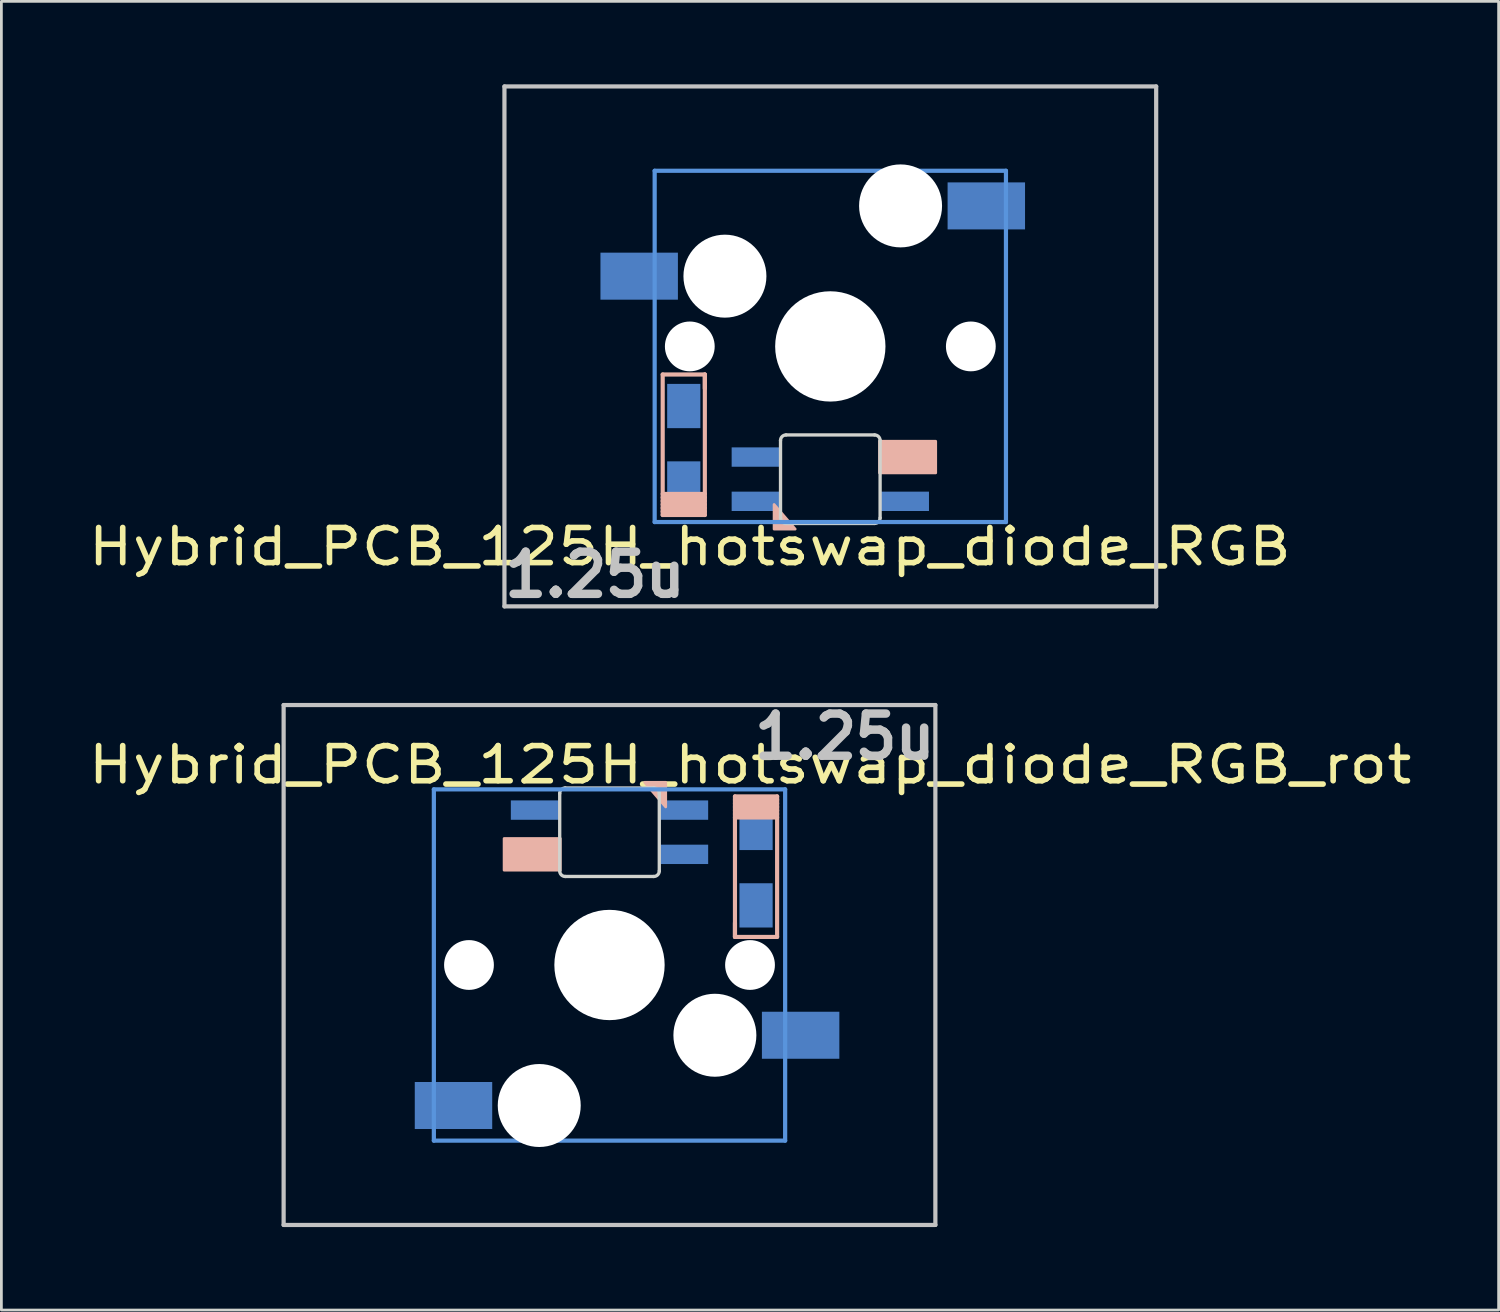
<source format=kicad_pcb>
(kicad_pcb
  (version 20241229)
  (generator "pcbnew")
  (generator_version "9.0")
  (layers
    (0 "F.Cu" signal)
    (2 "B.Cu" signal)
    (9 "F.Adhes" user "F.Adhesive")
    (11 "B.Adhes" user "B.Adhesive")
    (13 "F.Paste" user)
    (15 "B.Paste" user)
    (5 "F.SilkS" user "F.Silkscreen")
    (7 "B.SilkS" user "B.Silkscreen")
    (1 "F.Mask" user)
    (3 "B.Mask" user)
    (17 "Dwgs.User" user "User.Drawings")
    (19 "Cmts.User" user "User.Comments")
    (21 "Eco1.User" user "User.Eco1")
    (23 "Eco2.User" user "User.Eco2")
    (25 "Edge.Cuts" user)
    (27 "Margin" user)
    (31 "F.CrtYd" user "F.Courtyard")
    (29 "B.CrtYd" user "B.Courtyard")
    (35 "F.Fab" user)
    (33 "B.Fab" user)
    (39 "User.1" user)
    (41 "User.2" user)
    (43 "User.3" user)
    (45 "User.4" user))
  (footprint "Hybrid_PCB_125H_hotswap_diode_RGB"
    (layer "F.Cu")
    (at 26.968 9.474)
    (property "Reference" "Hybrid_PCB_125H_hotswap_diode_RGB" (at -5.08 7.239 0) (layer "F.SilkS") (effects (font (size 1.27 1.524) (thickness 0.203))))
    (attr smd)
    (fp_line (start -6.06 1.015) (end -4.536 1.015) (stroke (width 0.15) (type solid)) (layer "B.SilkS"))
    (fp_line (start -6.06 5.587) (end -4.536 5.587) (stroke (width 0.15) (type solid)) (layer "B.SilkS"))
    (fp_line (start -6.06 5.841) (end -4.536 5.841) (stroke (width 0.15) (type solid)) (layer "B.SilkS"))
    (fp_line (start -6.06 6.095) (end -6.06 1.015) (stroke (width 0.15) (type solid)) (layer "B.SilkS"))
    (fp_line (start -4.536 1.015) (end -4.536 1.523) (stroke (width 0.15) (type solid)) (layer "B.SilkS"))
    (fp_line (start -4.536 1.015) (end -4.536 6.095) (stroke (width 0.15) (type solid)) (layer "B.SilkS"))
    (fp_line (start -4.536 5.333) (end -6.06 5.333) (stroke (width 0.15) (type solid)) (layer "B.SilkS"))
    (fp_line (start -4.536 5.46) (end -6.06 5.46) (stroke (width 0.15) (type solid)) (layer "B.SilkS"))
    (fp_line (start -4.536 5.714) (end -6.06 5.714) (stroke (width 0.15) (type solid)) (layer "B.SilkS"))
    (fp_line (start -4.536 5.968) (end -6.06 5.968) (stroke (width 0.15) (type solid)) (layer "B.SilkS"))
    (fp_line (start -4.536 6.095) (end -6.06 6.095) (stroke (width 0.15) (type solid)) (layer "B.SilkS"))
    (fp_poly (pts (xy -1.27 6.604) (xy -2.032 5.715) (xy -2.032 6.604)) (stroke (width 0.1) (type solid)) (fill yes) (layer "B.SilkS"))
    (fp_poly (pts (xy 1.778 4.572) (xy 3.81 4.572) (xy 3.81 3.429) (xy 1.778 3.429)) (stroke (width 0.1) (type solid)) (fill yes) (layer "B.SilkS"))
    (fp_line (start -11.781 -9.398) (end 11.781 -9.398) (stroke (width 0.152) (type solid)) (layer "Dwgs.User"))
    (fp_line (start -11.781 9.398) (end -11.781 -9.398) (stroke (width 0.152) (type solid)) (layer "Dwgs.User"))
    (fp_line (start 11.781 -9.398) (end 11.781 9.398) (stroke (width 0.152) (type solid)) (layer "Dwgs.User"))
    (fp_line (start 11.781 9.398) (end -11.781 9.398) (stroke (width 0.152) (type solid)) (layer "Dwgs.User"))
    (fp_line (start -6.35 -6.35) (end 6.35 -6.35) (stroke (width 0.152) (type solid)) (layer "Cmts.User"))
    (fp_line (start -6.35 6.35) (end -6.35 -6.35) (stroke (width 0.152) (type solid)) (layer "Cmts.User"))
    (fp_line (start 6.35 -6.35) (end 6.35 6.35) (stroke (width 0.152) (type solid)) (layer "Cmts.User"))
    (fp_line (start 6.35 6.35) (end -6.35 6.35) (stroke (width 0.152) (type solid)) (layer "Cmts.User"))
    (fp_line (start -6.985 -6.985) (end 6.985 -6.985) (stroke (width 0.152) (type solid)) (layer "Eco2.User"))
    (fp_line (start -6.985 6.985) (end -6.985 -6.985) (stroke (width 0.152) (type solid)) (layer "Eco2.User"))
    (fp_line (start 6.985 -6.985) (end 6.985 6.985) (stroke (width 0.152) (type solid)) (layer "Eco2.User"))
    (fp_line (start 6.985 6.985) (end -6.985 6.985) (stroke (width 0.152) (type solid)) (layer "Eco2.User"))
    (fp_line (start -1.8 3.4) (end -1.8 6.2) (stroke (width 0.12) (type solid)) (layer "Edge.Cuts"))
    (fp_line (start -1.6 3.2) (end 1.6 3.2) (stroke (width 0.12) (type solid)) (layer "Edge.Cuts"))
    (fp_line (start -1.6 6.4) (end 1.6 6.4) (stroke (width 0.12) (type solid)) (layer "Edge.Cuts"))
    (fp_line (start 1.8 3.4) (end 1.8 6.2) (stroke (width 0.12) (type solid)) (layer "Edge.Cuts"))
    (fp_arc (start -1.8 3.4) (mid -1.741421 3.258579) (end -1.6 3.2) (stroke (width 0.12) (type solid)) (layer "Edge.Cuts"))
    (fp_arc (start -1.6 6.4) (mid -1.741421 6.341421) (end -1.8 6.2) (stroke (width 0.12) (type solid)) (layer "Edge.Cuts"))
    (fp_arc (start 1.6 3.2) (mid 1.741421 3.258579) (end 1.8 3.4) (stroke (width 0.12) (type solid)) (layer "Edge.Cuts"))
    (fp_arc (start 1.8 6.2) (mid 1.741421 6.341421) (end 1.6 6.4) (stroke (width 0.12) (type solid)) (layer "Edge.Cuts"))
    (fp_text user "1.25u" (at -8.509 8.255 0) (layer "Dwgs.User") (effects (font (size 1.524 1.524) (thickness 0.305))))
    (pad "" np_thru_hole circle (at -5.08 0) (size 1.8 1.8) (drill 1.8) (layers "*.Cu" "*.Mask"))
    (pad "" np_thru_hole circle (at -3.81 -2.54) (size 3 3) (drill 3) (layers "*.Cu" "*.Mask"))
    (pad "" np_thru_hole circle (at 0 0 90) (size 3.988 3.988) (drill 3.988) (layers "*.Cu" "*.Mask"))
    (pad "" np_thru_hole circle (at 2.54 -5.08) (size 3 3) (drill 3) (layers "*.Cu" "*.Mask"))
    (pad "" np_thru_hole circle (at 5.08 0) (size 1.8 1.8) (drill 1.8) (layers "*.Cu" "*.Mask"))
    (pad "1" smd rect (at 5.64 -5.08) (size 2.8 1.7) (layers "B.Cu" "B.Mask" "B.Paste"))
    (pad "2" smd rect (at -6.91 -2.54) (size 2.8 1.7) (layers "B.Cu" "B.Mask" "B.Paste"))
    (pad "3" smd rect (at -5.298 4.955 270) (size 1.6 1.2) (layers "B.Cu" "B.Mask" "B.Paste"))
    (pad "4" smd rect (at -5.298 2.155 270) (size 1.6 1.2) (layers "B.Cu" "B.Mask" "B.Paste"))
    (pad "5" smd rect (at 2.667 4) (size 1.8 0.7) (layers "B.Cu" "B.Mask" "B.Paste"))
    (pad "6" smd rect (at -2.667 4) (size 1.8 0.7) (layers "B.Cu" "B.Mask" "B.Paste"))
    (pad "7" smd rect (at -2.667 5.6) (size 1.8 0.7) (layers "B.Cu" "B.Mask" "B.Paste"))
    (pad "8" smd rect (at 2.667 5.6) (size 1.8 0.7) (layers "B.Cu" "B.Mask" "B.Paste")))
  (footprint "Hybrid_PCB_125H_hotswap_diode_RGB_rot"
    (layer "F.Cu")
    (at 18.985 31.837)
    (property "Reference" "Hybrid_PCB_125H_hotswap_diode_RGB_rot" (at 5.08 -7.239 180) (layer "F.SilkS") (effects (font (size 1.27 1.524) (thickness 0.203))))
    (attr smd)
    (fp_line (start 4.536 -6.095) (end 6.06 -6.095) (stroke (width 0.15) (type solid)) (layer "B.SilkS"))
    (fp_line (start 4.536 -5.968) (end 6.06 -5.968) (stroke (width 0.15) (type solid)) (layer "B.SilkS"))
    (fp_line (start 4.536 -5.714) (end 6.06 -5.714) (stroke (width 0.15) (type solid)) (layer "B.SilkS"))
    (fp_line (start 4.536 -5.46) (end 6.06 -5.46) (stroke (width 0.15) (type solid)) (layer "B.SilkS"))
    (fp_line (start 4.536 -5.333) (end 6.06 -5.333) (stroke (width 0.15) (type solid)) (layer "B.SilkS"))
    (fp_line (start 4.536 -1.015) (end 4.536 -6.095) (stroke (width 0.15) (type solid)) (layer "B.SilkS"))
    (fp_line (start 4.536 -1.015) (end 4.536 -1.523) (stroke (width 0.15) (type solid)) (layer "B.SilkS"))
    (fp_line (start 6.06 -6.095) (end 6.06 -1.015) (stroke (width 0.15) (type solid)) (layer "B.SilkS"))
    (fp_line (start 6.06 -5.841) (end 4.536 -5.841) (stroke (width 0.15) (type solid)) (layer "B.SilkS"))
    (fp_line (start 6.06 -5.587) (end 4.536 -5.587) (stroke (width 0.15) (type solid)) (layer "B.SilkS"))
    (fp_line (start 6.06 -1.015) (end 4.536 -1.015) (stroke (width 0.15) (type solid)) (layer "B.SilkS"))
    (fp_poly (pts (xy 1.27 -6.604) (xy 2.032 -5.715) (xy 2.032 -6.604)) (stroke (width 0.1) (type solid)) (fill yes) (layer "B.SilkS"))
    (fp_poly (pts (xy -1.778 -4.572) (xy -3.81 -4.572) (xy -3.81 -3.429) (xy -1.778 -3.429)) (stroke (width 0.1) (type solid)) (fill yes) (layer "B.SilkS"))
    (fp_line (start -11.781 -9.398) (end 11.781 -9.398) (stroke (width 0.152) (type solid)) (layer "Dwgs.User"))
    (fp_line (start -11.781 9.398) (end -11.781 -9.398) (stroke (width 0.152) (type solid)) (layer "Dwgs.User"))
    (fp_line (start 11.781 -9.398) (end 11.781 9.398) (stroke (width 0.152) (type solid)) (layer "Dwgs.User"))
    (fp_line (start 11.781 9.398) (end -11.781 9.398) (stroke (width 0.152) (type solid)) (layer "Dwgs.User"))
    (fp_line (start -6.35 -6.35) (end 6.35 -6.35) (stroke (width 0.152) (type solid)) (layer "Cmts.User"))
    (fp_line (start -6.35 6.35) (end -6.35 -6.35) (stroke (width 0.152) (type solid)) (layer "Cmts.User"))
    (fp_line (start 6.35 -6.35) (end 6.35 6.35) (stroke (width 0.152) (type solid)) (layer "Cmts.User"))
    (fp_line (start 6.35 6.35) (end -6.35 6.35) (stroke (width 0.152) (type solid)) (layer "Cmts.User"))
    (fp_line (start -9.5 -5.5) (end -9.5 -0.7) (stroke (width 0.15) (type solid)) (layer "Eco2.User"))
    (fp_line (start -9.5 -0.7) (end -7.5 -0.7) (stroke (width 0.15) (type solid)) (layer "Eco2.User"))
    (fp_line (start -7.5 -7.5) (end 7.5 -7.5) (stroke (width 0.15) (type solid)) (layer "Eco2.User"))
    (fp_line (start -7.5 -5.5) (end -9.5 -5.5) (stroke (width 0.15) (type solid)) (layer "Eco2.User"))
    (fp_line (start -7.5 7.5) (end -7.5 -7.5) (stroke (width 0.15) (type solid)) (layer "Eco2.User"))
    (fp_line (start -6.985 -6.985) (end 6.985 -6.985) (stroke (width 0.152) (type solid)) (layer "Eco2.User"))
    (fp_line (start -6.985 6.985) (end -6.985 -6.985) (stroke (width 0.152) (type solid)) (layer "Eco2.User"))
    (fp_line (start 6.985 -6.985) (end 6.985 6.985) (stroke (width 0.152) (type solid)) (layer "Eco2.User"))
    (fp_line (start 6.985 6.985) (end -6.985 6.985) (stroke (width 0.152) (type solid)) (layer "Eco2.User"))
    (fp_line (start 7.5 -7.5) (end 7.5 7.5) (stroke (width 0.15) (type solid)) (layer "Eco2.User"))
    (fp_line (start 7.5 0.7) (end 9.5 0.7) (stroke (width 0.15) (type solid)) (layer "Eco2.User"))
    (fp_line (start 7.5 7.5) (end -7.5 7.5) (stroke (width 0.15) (type solid)) (layer "Eco2.User"))
    (fp_line (start 9.5 0.7) (end 9.5 5.5) (stroke (width 0.15) (type solid)) (layer "Eco2.User"))
    (fp_line (start 9.5 5.5) (end 7.5 5.5) (stroke (width 0.15) (type solid)) (layer "Eco2.User"))
    (fp_line (start -1.8 -3.4) (end -1.8 -6.2) (stroke (width 0.12) (type solid)) (layer "Edge.Cuts"))
    (fp_line (start 1.6 -6.4) (end -1.6 -6.4) (stroke (width 0.12) (type solid)) (layer "Edge.Cuts"))
    (fp_line (start 1.6 -3.2) (end -1.6 -3.2) (stroke (width 0.12) (type solid)) (layer "Edge.Cuts"))
    (fp_line (start 1.8 -3.4) (end 1.8 -6.2) (stroke (width 0.12) (type solid)) (layer "Edge.Cuts"))
    (fp_arc (start -1.8 -6.2) (mid -1.741421 -6.341421) (end -1.6 -6.4) (stroke (width 0.12) (type solid)) (layer "Edge.Cuts"))
    (fp_arc (start -1.6 -3.2) (mid -1.741421 -3.258579) (end -1.8 -3.4) (stroke (width 0.12) (type solid)) (layer "Edge.Cuts"))
    (fp_arc (start 1.6 -6.4) (mid 1.741421 -6.341421) (end 1.8 -6.2) (stroke (width 0.12) (type solid)) (layer "Edge.Cuts"))
    (fp_arc (start 1.8 -3.4) (mid 1.741421 -3.258579) (end 1.6 -3.2) (stroke (width 0.12) (type solid)) (layer "Edge.Cuts"))
    (fp_text user "1.25u" (at 8.509 -8.255 180) (layer "Dwgs.User") (effects (font (size 1.524 1.524) (thickness 0.305))))
    (pad "" np_thru_hole circle (at -5.08 0 180) (size 1.8 1.8) (drill 1.8) (layers "*.Cu" "*.Mask"))
    (pad "" np_thru_hole circle (at -2.54 5.08 180) (size 3 3) (drill 3) (layers "*.Cu" "*.Mask"))
    (pad "" np_thru_hole circle (at 0 0 270) (size 3.988 3.988) (drill 3.988) (layers "*.Cu" "*.Mask"))
    (pad "" np_thru_hole circle (at 3.81 2.54 180) (size 3 3) (drill 3) (layers "*.Cu" "*.Mask"))
    (pad "" np_thru_hole circle (at 5.08 0 180) (size 1.8 1.8) (drill 1.8) (layers "*.Cu" "*.Mask"))
    (pad "1" smd rect (at -5.64 5.08 180) (size 2.8 1.7) (layers "B.Cu" "B.Mask" "B.Paste"))
    (pad "2" smd rect (at 6.91 2.54 180) (size 2.8 1.7) (layers "B.Cu" "B.Mask" "B.Paste"))
    (pad "3" smd rect (at 5.298 -4.955 90) (size 1.6 1.2) (layers "B.Cu" "B.Mask" "B.Paste"))
    (pad "4" smd rect (at 5.298 -2.155 90) (size 1.6 1.2) (layers "B.Cu" "B.Mask" "B.Paste"))
    (pad "5" smd rect (at -2.667 -4 180) (size 1.8 0.7) (layers "B.Cu" "B.Mask" "B.Paste"))
    (pad "6" smd rect (at 2.667 -4 180) (size 1.8 0.7) (layers "B.Cu" "B.Mask" "B.Paste"))
    (pad "7" smd rect (at 2.667 -5.6 180) (size 1.8 0.7) (layers "B.Cu" "B.Mask" "B.Paste"))
    (pad "8" smd rect (at -2.667 -5.6 180) (size 1.8 0.7) (layers "B.Cu" "B.Mask" "B.Paste")))
  (gr_rect
    (start -3 -3)
    (end 51.129 44.311)
    (stroke (width 0.1) (type default))
    (fill no)
    (layer "Edge.Cuts")))
</source>
